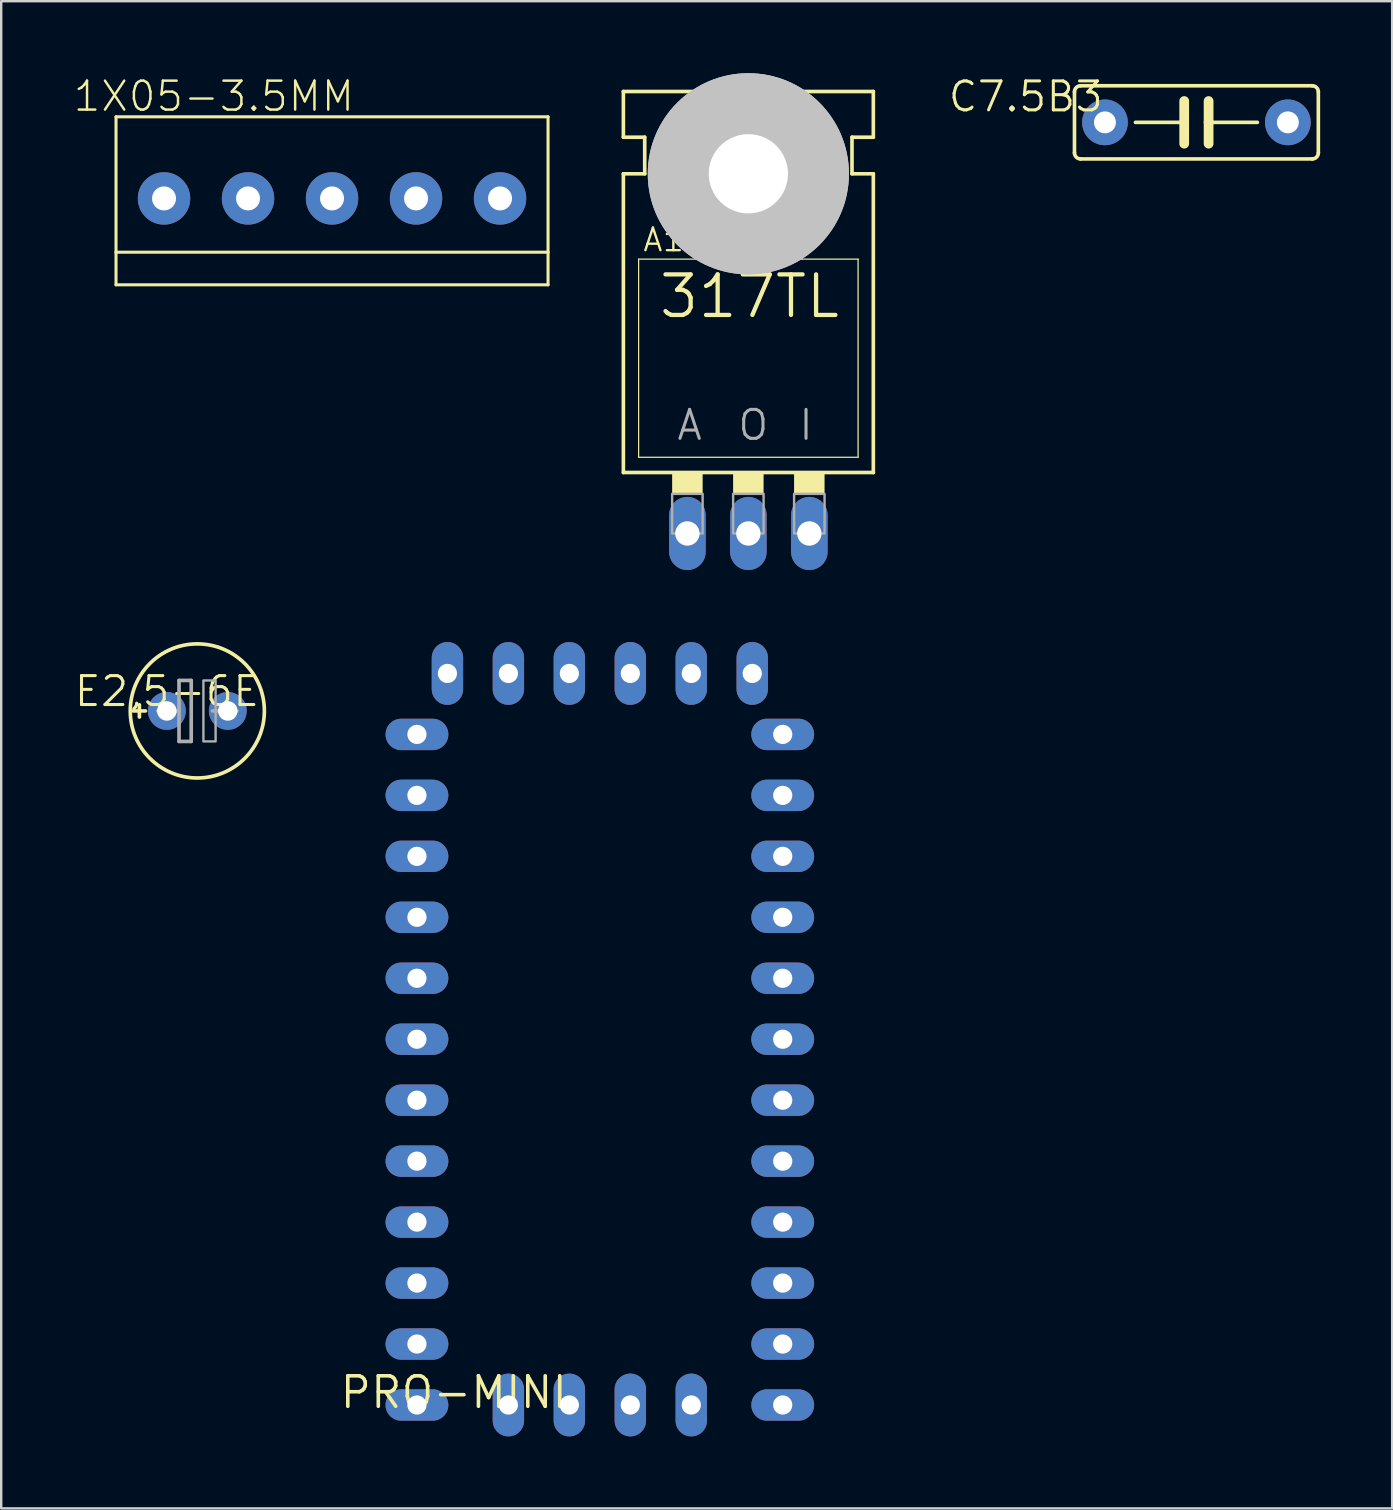
<source format=kicad_pcb>
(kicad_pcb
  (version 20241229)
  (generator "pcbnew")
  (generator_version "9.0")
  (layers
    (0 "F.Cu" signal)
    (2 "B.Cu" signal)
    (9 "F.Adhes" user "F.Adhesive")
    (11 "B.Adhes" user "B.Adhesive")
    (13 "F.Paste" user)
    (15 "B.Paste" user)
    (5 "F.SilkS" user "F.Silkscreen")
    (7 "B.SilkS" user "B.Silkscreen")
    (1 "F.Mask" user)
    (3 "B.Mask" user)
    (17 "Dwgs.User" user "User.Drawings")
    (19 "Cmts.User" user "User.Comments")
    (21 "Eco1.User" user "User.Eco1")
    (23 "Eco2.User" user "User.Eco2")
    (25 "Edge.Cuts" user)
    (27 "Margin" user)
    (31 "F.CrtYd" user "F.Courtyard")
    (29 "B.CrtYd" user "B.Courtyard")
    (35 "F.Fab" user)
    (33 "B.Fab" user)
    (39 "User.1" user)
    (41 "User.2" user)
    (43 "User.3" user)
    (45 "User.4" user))
  (footprint "C7.5B3"
    (layer "F.Cu")
    (at 46.798 2.048)
    (property "Reference" "C7.5B3" (at -3.81 -1.778 0) (layer "F.SilkS") (effects (font (size 1.206 1.206) (thickness 0.127)) (justify right top)))
    (attr through_hole)
    (fp_line (start -5.08 -1.27) (end -5.08 1.27) (stroke (width 0.152) (type solid)) (layer "F.SilkS"))
    (fp_line (start -4.826 1.524) (end 4.826 1.524) (stroke (width 0.152) (type solid)) (layer "F.SilkS"))
    (fp_line (start -2.54 0) (end -0.508 0) (stroke (width 0.152) (type solid)) (layer "F.SilkS"))
    (fp_line (start -0.508 -0.889) (end -0.508 0) (stroke (width 0.406) (type solid)) (layer "F.SilkS"))
    (fp_line (start -0.508 0) (end -0.508 0.889) (stroke (width 0.406) (type solid)) (layer "F.SilkS"))
    (fp_line (start 0.508 -0.889) (end 0.508 0) (stroke (width 0.406) (type solid)) (layer "F.SilkS"))
    (fp_line (start 0.508 0) (end 0.508 0.889) (stroke (width 0.406) (type solid)) (layer "F.SilkS"))
    (fp_line (start 0.508 0) (end 2.54 0) (stroke (width 0.152) (type solid)) (layer "F.SilkS"))
    (fp_line (start 4.826 -1.524) (end -4.826 -1.524) (stroke (width 0.152) (type solid)) (layer "F.SilkS"))
    (fp_line (start 5.08 1.27) (end 5.08 -1.27) (stroke (width 0.152) (type solid)) (layer "F.SilkS"))
    (fp_arc (start -5.08 -1.27) (mid -5.005605 -1.449605) (end -4.826 -1.524) (stroke (width 0.1524) (type solid)) (layer "F.SilkS"))
    (fp_arc (start -4.826 1.524) (mid -5.005605 1.449605) (end -5.08 1.27) (stroke (width 0.1524) (type solid)) (layer "F.SilkS"))
    (fp_arc (start 4.826 -1.524) (mid 5.005605 -1.449605) (end 5.08 -1.27) (stroke (width 0.1524) (type solid)) (layer "F.SilkS"))
    (fp_arc (start 5.08 1.27) (mid 5.005605 1.449605) (end 4.826 1.524) (stroke (width 0.1524) (type solid)) (layer "F.SilkS"))
    (pad "1" thru_hole circle (at -3.81 0) (size 1.905 1.905) (drill 0.914) (layers "*.Cu" "*.Mask"))
    (pad "2" thru_hole circle (at 3.81 0) (size 1.905 1.905) (drill 0.914) (layers "*.Cu" "*.Mask")))
  (footprint "1X05-3.5MM"
    (layer "F.Cu")
    (at 10.784 5.217)
    (property "Reference" "1X05-3.5MM" (at 1 -4.96 0) (layer "F.SilkS") (effects (font (size 1.206 1.206) (thickness 0.102)) (justify right top)))
    (attr through_hole)
    (fp_line (start -9 -3.4) (end -9 2.24) (stroke (width 0.127) (type solid)) (layer "F.SilkS"))
    (fp_line (start -9 2.24) (end -9 3.6) (stroke (width 0.127) (type solid)) (layer "F.SilkS"))
    (fp_line (start -9 2.24) (end 9 2.24) (stroke (width 0.127) (type solid)) (layer "F.SilkS"))
    (fp_line (start -9 3.6) (end 9 3.6) (stroke (width 0.127) (type solid)) (layer "F.SilkS"))
    (fp_line (start 9 -3.4) (end -9 -3.4) (stroke (width 0.127) (type solid)) (layer "F.SilkS"))
    (fp_line (start 9 2.24) (end 9 -3.4) (stroke (width 0.127) (type solid)) (layer "F.SilkS"))
    (fp_line (start 9 3.6) (end 9 2.24) (stroke (width 0.127) (type solid)) (layer "F.SilkS"))
    (pad "1" thru_hole circle (at 7 0) (size 2.184 2.184) (drill 1) (layers "*.Cu" "*.Mask"))
    (pad "2" thru_hole circle (at 3.5 0) (size 2.184 2.184) (drill 1) (layers "*.Cu" "*.Mask"))
    (pad "3" thru_hole circle (at 0 0) (size 2.184 2.184) (drill 1) (layers "*.Cu" "*.Mask"))
    (pad "4" thru_hole circle (at -3.5 0) (size 2.184 2.184) (drill 1) (layers "*.Cu" "*.Mask"))
    (pad "5" thru_hole circle (at -7 0) (size 2.184 2.184) (drill 1) (layers "*.Cu" "*.Mask")))
  (footprint "E2,5-6E"
    (layer "F.Cu")
    (at 5.171 26.571)
    (property "Reference" "E2,5-6E" (at 2.667 -1.524 0) (layer "F.SilkS") (effects (font (size 1.206 1.206) (thickness 0.127)) (justify right top)))
    (attr through_hole)
    (fp_line (start -2.413 0.254) (end -2.413 -0.254) (stroke (width 0.152) (type solid)) (layer "F.SilkS"))
    (fp_line (start -2.159 0) (end -2.667 0) (stroke (width 0.152) (type solid)) (layer "F.SilkS"))
    (fp_circle (center 0 0) (end 2.794 0) (stroke (width 0.152) (type solid)) (fill no) (layer "F.SilkS"))
    (fp_line (start -1.651 0) (end -0.762 0) (stroke (width 0.152) (type solid)) (layer "F.Fab"))
    (fp_line (start -0.762 -1.27) (end -0.762 0) (stroke (width 0.152) (type solid)) (layer "F.Fab"))
    (fp_line (start -0.762 0) (end -0.762 1.27) (stroke (width 0.152) (type solid)) (layer "F.Fab"))
    (fp_line (start -0.762 1.27) (end -0.254 1.27) (stroke (width 0.152) (type solid)) (layer "F.Fab"))
    (fp_line (start -0.254 -1.27) (end -0.762 -1.27) (stroke (width 0.152) (type solid)) (layer "F.Fab"))
    (fp_line (start -0.254 1.27) (end -0.254 -1.27) (stroke (width 0.152) (type solid)) (layer "F.Fab"))
    (fp_line (start 0.635 0) (end 1.651 0) (stroke (width 0.152) (type solid)) (layer "F.Fab"))
    (fp_poly (pts (xy 0.254 1.27) (xy 0.762 1.27) (xy 0.762 -1.27) (xy 0.254 -1.27)) (stroke (width 0.1) (type solid)) (fill no) (layer "F.Fab"))
    (pad "+" thru_hole circle (at -1.27 0) (size 1.575 1.575) (drill 0.813) (layers "*.Cu" "*.Mask"))
    (pad "-" thru_hole circle (at 1.27 0) (size 1.575 1.575) (drill 0.813) (layers "*.Cu" "*.Mask")))
  (footprint "317TL"
    (layer "F.Cu")
    (at 28.13 15.367)
    (property "Reference" "317TL" (at -3.81 -5.08 0) (layer "F.SilkS") (effects (font (size 1.689 1.689) (thickness 0.178)) (justify left bottom)))
    (attr through_hole)
    (fp_line (start -5.207 -12.7) (end -5.207 -14.605) (stroke (width 0.152) (type solid)) (layer "F.SilkS"))
    (fp_line (start -5.207 -11.176) (end -4.318 -11.176) (stroke (width 0.152) (type solid)) (layer "F.SilkS"))
    (fp_line (start -5.207 1.27) (end -5.207 -11.176) (stroke (width 0.152) (type solid)) (layer "F.SilkS"))
    (fp_line (start -5.207 1.27) (end 5.207 1.27) (stroke (width 0.152) (type solid)) (layer "F.SilkS"))
    (fp_line (start -4.572 0.635) (end -4.572 -7.62) (stroke (width 0.051) (type solid)) (layer "F.SilkS"))
    (fp_line (start -4.572 0.635) (end 4.572 0.635) (stroke (width 0.051) (type solid)) (layer "F.SilkS"))
    (fp_line (start -4.318 -12.7) (end -5.207 -12.7) (stroke (width 0.152) (type solid)) (layer "F.SilkS"))
    (fp_line (start -4.318 -11.176) (end -4.318 -12.7) (stroke (width 0.152) (type solid)) (layer "F.SilkS"))
    (fp_line (start 4.318 -12.7) (end 5.207 -12.7) (stroke (width 0.152) (type solid)) (layer "F.SilkS"))
    (fp_line (start 4.318 -11.176) (end 4.318 -12.7) (stroke (width 0.152) (type solid)) (layer "F.SilkS"))
    (fp_line (start 4.572 -7.62) (end -4.572 -7.62) (stroke (width 0.051) (type solid)) (layer "F.SilkS"))
    (fp_line (start 4.572 -7.62) (end 4.572 0.635) (stroke (width 0.051) (type solid)) (layer "F.SilkS"))
    (fp_line (start 5.207 -14.605) (end -5.207 -14.605) (stroke (width 0.152) (type solid)) (layer "F.SilkS"))
    (fp_line (start 5.207 -12.7) (end 5.207 -14.605) (stroke (width 0.152) (type solid)) (layer "F.SilkS"))
    (fp_line (start 5.207 -11.176) (end 4.318 -11.176) (stroke (width 0.152) (type solid)) (layer "F.SilkS"))
    (fp_line (start 5.207 1.27) (end 5.207 -11.176) (stroke (width 0.152) (type solid)) (layer "F.SilkS"))
    (fp_circle (center 0 -11.176) (end 1.803 -11.176) (stroke (width 0.152) (type solid)) (fill no) (layer "F.SilkS"))
    (fp_poly (pts (xy -3.175 2.159) (xy -1.905 2.159) (xy -1.905 1.27) (xy -3.175 1.27)) (stroke (width 0) (type solid)) (fill yes) (layer "F.SilkS"))
    (fp_poly (pts (xy -0.635 2.159) (xy 0.635 2.159) (xy 0.635 1.27) (xy -0.635 1.27)) (stroke (width 0) (type solid)) (fill yes) (layer "F.SilkS"))
    (fp_poly (pts (xy 1.905 2.159) (xy 3.175 2.159) (xy 3.175 1.27) (xy 1.905 1.27)) (stroke (width 0) (type solid)) (fill yes) (layer "F.SilkS"))
    (fp_circle (center 0 -11.176) (end 4.191 -11.176) (stroke (width 0) (type solid)) (fill yes) (layer "Dwgs.User"))
    (fp_circle (center 0 -11.176) (end 4.191 -11.176) (stroke (width 0) (type solid)) (fill yes) (layer "Dwgs.User"))
    (fp_poly (pts (xy -3.175 3.81) (xy -1.905 3.81) (xy -1.905 2.159) (xy -3.175 2.159)) (stroke (width 0.1) (type solid)) (fill no) (layer "F.Fab"))
    (fp_poly (pts (xy -0.635 3.81) (xy 0.635 3.81) (xy 0.635 2.159) (xy -0.635 2.159)) (stroke (width 0.1) (type solid)) (fill no) (layer "F.Fab"))
    (fp_poly (pts (xy 1.905 3.81) (xy 3.175 3.81) (xy 3.175 2.159) (xy 1.905 2.159)) (stroke (width 0.1) (type solid)) (fill no) (layer "F.Fab"))
    (fp_text user "A15,2mm" (at -4.445 -7.874 0) (layer "F.SilkS") (effects (font (size 0.941 0.941) (thickness 0.099)) (justify left bottom)))
    (fp_text user "A" (at -3.048 0 0) (layer "F.Fab") (effects (font (size 1.206 1.206) (thickness 0.127)) (justify left bottom)))
    (fp_text user "I" (at 2.032 0 0) (layer "F.Fab") (effects (font (size 1.206 1.206) (thickness 0.127)) (justify left bottom)))
    (fp_text user "O" (at -0.508 0 0) (layer "F.Fab") (effects (font (size 1.206 1.206) (thickness 0.127)) (justify left bottom)))
    (pad "" np_thru_hole circle (at 0 -11.176) (size 3.302 3.302) (drill 3.302) (layers "*.Cu"))
    (pad "1" thru_hole oval (at -2.54 3.81 90) (size 3.048 1.524) (drill 1.016) (layers "*.Cu" "*.Mask"))
    (pad "2" thru_hole oval (at 0 3.81 90) (size 3.048 1.524) (drill 1.016) (layers "*.Cu" "*.Mask"))
    (pad "3" thru_hole oval (at 2.54 3.81 90) (size 3.048 1.524) (drill 1.016) (layers "*.Cu" "*.Mask")))
  (footprint "PRO-MINI"
    (layer "F.Cu")
    (at 20.672 54.219)
    (property "Reference" "PRO-MINI" (at 0 0 0) (layer "F.SilkS") (effects (font (size 1.27 1.27) (thickness 0.15)) (justify right top)))
    (attr through_hole)
    (pad "A0" thru_hole oval (at 8.89 -8.89) (size 2.616 1.308) (drill 0.8) (layers "*.Cu" "*.Mask"))
    (pad "A1" thru_hole oval (at 8.89 -11.43) (size 2.616 1.308) (drill 0.8) (layers "*.Cu" "*.Mask"))
    (pad "A2" thru_hole oval (at 8.89 -13.97) (size 2.616 1.308) (drill 0.8) (layers "*.Cu" "*.Mask"))
    (pad "A3" thru_hole oval (at 8.89 -16.51) (size 2.616 1.308) (drill 0.8) (layers "*.Cu" "*.Mask"))
    (pad "A4" thru_hole oval (at -2.54 1.27 90) (size 2.616 1.308) (drill 0.8) (layers "*.Cu" "*.Mask"))
    (pad "A5" thru_hole oval (at 0 1.27 90) (size 2.616 1.308) (drill 0.8) (layers "*.Cu" "*.Mask"))
    (pad "A6" thru_hole oval (at 2.54 1.27 90) (size 2.616 1.308) (drill 0.8) (layers "*.Cu" "*.Mask"))
    (pad "A7" thru_hole oval (at 5.08 1.27 90) (size 2.616 1.308) (drill 0.8) (layers "*.Cu" "*.Mask"))
    (pad "D2" thru_hole oval (at -6.35 -16.51) (size 2.616 1.308) (drill 0.8) (layers "*.Cu" "*.Mask"))
    (pad "D3" thru_hole oval (at -6.35 -13.97) (size 2.616 1.308) (drill 0.8) (layers "*.Cu" "*.Mask"))
    (pad "D4" thru_hole oval (at -6.35 -11.43) (size 2.616 1.308) (drill 0.8) (layers "*.Cu" "*.Mask"))
    (pad "D5" thru_hole oval (at -6.35 -8.89) (size 2.616 1.308) (drill 0.8) (layers "*.Cu" "*.Mask"))
    (pad "D6" thru_hole oval (at -6.35 -6.35) (size 2.616 1.308) (drill 0.8) (layers "*.Cu" "*.Mask"))
    (pad "D7" thru_hole oval (at -6.35 -3.81) (size 2.616 1.308) (drill 0.8) (layers "*.Cu" "*.Mask"))
    (pad "D8" thru_hole oval (at -6.35 -1.27) (size 2.616 1.308) (drill 0.8) (layers "*.Cu" "*.Mask"))
    (pad "D9" thru_hole oval (at -6.35 1.27) (size 2.616 1.308) (drill 0.8) (layers "*.Cu" "*.Mask"))
    (pad "D10" thru_hole oval (at 8.89 1.27) (size 2.616 1.308) (drill 0.8) (layers "*.Cu" "*.Mask"))
    (pad "D11" thru_hole oval (at 8.89 -1.27) (size 2.616 1.308) (drill 0.8) (layers "*.Cu" "*.Mask"))
    (pad "D12" thru_hole oval (at 8.89 -3.81) (size 2.616 1.308) (drill 0.8) (layers "*.Cu" "*.Mask"))
    (pad "D13" thru_hole oval (at 8.89 -6.35) (size 2.616 1.308) (drill 0.8) (layers "*.Cu" "*.Mask"))
    (pad "DTR" thru_hole oval (at 7.62 -29.21 90) (size 2.616 1.308) (drill 0.8) (layers "*.Cu" "*.Mask"))
    (pad "GND" thru_hole oval (at 8.89 -24.13) (size 2.616 1.308) (drill 0.8) (layers "*.Cu" "*.Mask"))
    (pad "GND1" thru_hole oval (at -6.35 -19.05) (size 2.616 1.308) (drill 0.8) (layers "*.Cu" "*.Mask"))
    (pad "GND2" thru_hole oval (at -5.08 -29.21 90) (size 2.616 1.308) (drill 0.8) (layers "*.Cu" "*.Mask"))
    (pad "GND3" thru_hole oval (at -2.54 -29.21 90) (size 2.616 1.308) (drill 0.8) (layers "*.Cu" "*.Mask"))
    (pad "RAW" thru_hole oval (at 8.89 -26.67) (size 2.616 1.308) (drill 0.8) (layers "*.Cu" "*.Mask"))
    (pad "RST" thru_hole oval (at 8.89 -21.59) (size 2.616 1.308) (drill 0.8) (layers "*.Cu" "*.Mask"))
    (pad "RST1" thru_hole oval (at -6.35 -21.59) (size 2.616 1.308) (drill 0.8) (layers "*.Cu" "*.Mask"))
    (pad "RX1" thru_hole oval (at -6.35 -24.13) (size 2.616 1.308) (drill 0.8) (layers "*.Cu" "*.Mask"))
    (pad "RX1-1" thru_hole oval (at 2.54 -29.21 90) (size 2.616 1.308) (drill 0.8) (layers "*.Cu" "*.Mask"))
    (pad "TX0" thru_hole oval (at -6.35 -26.67) (size 2.616 1.308) (drill 0.8) (layers "*.Cu" "*.Mask"))
    (pad "TX0-1" thru_hole oval (at 5.08 -29.21 90) (size 2.616 1.308) (drill 0.8) (layers "*.Cu" "*.Mask"))
    (pad "VCC" thru_hole oval (at 8.89 -19.05) (size 2.616 1.308) (drill 0.8) (layers "*.Cu" "*.Mask"))
    (pad "VCC1" thru_hole oval (at 0 -29.21 90) (size 2.616 1.308) (drill 0.8) (layers "*.Cu" "*.Mask")))
  (gr_rect
    (start -3 -3)
    (end 54.954 59.797)
    (stroke (width 0.1) (type default))
    (fill no)
    (layer "Edge.Cuts")))
</source>
